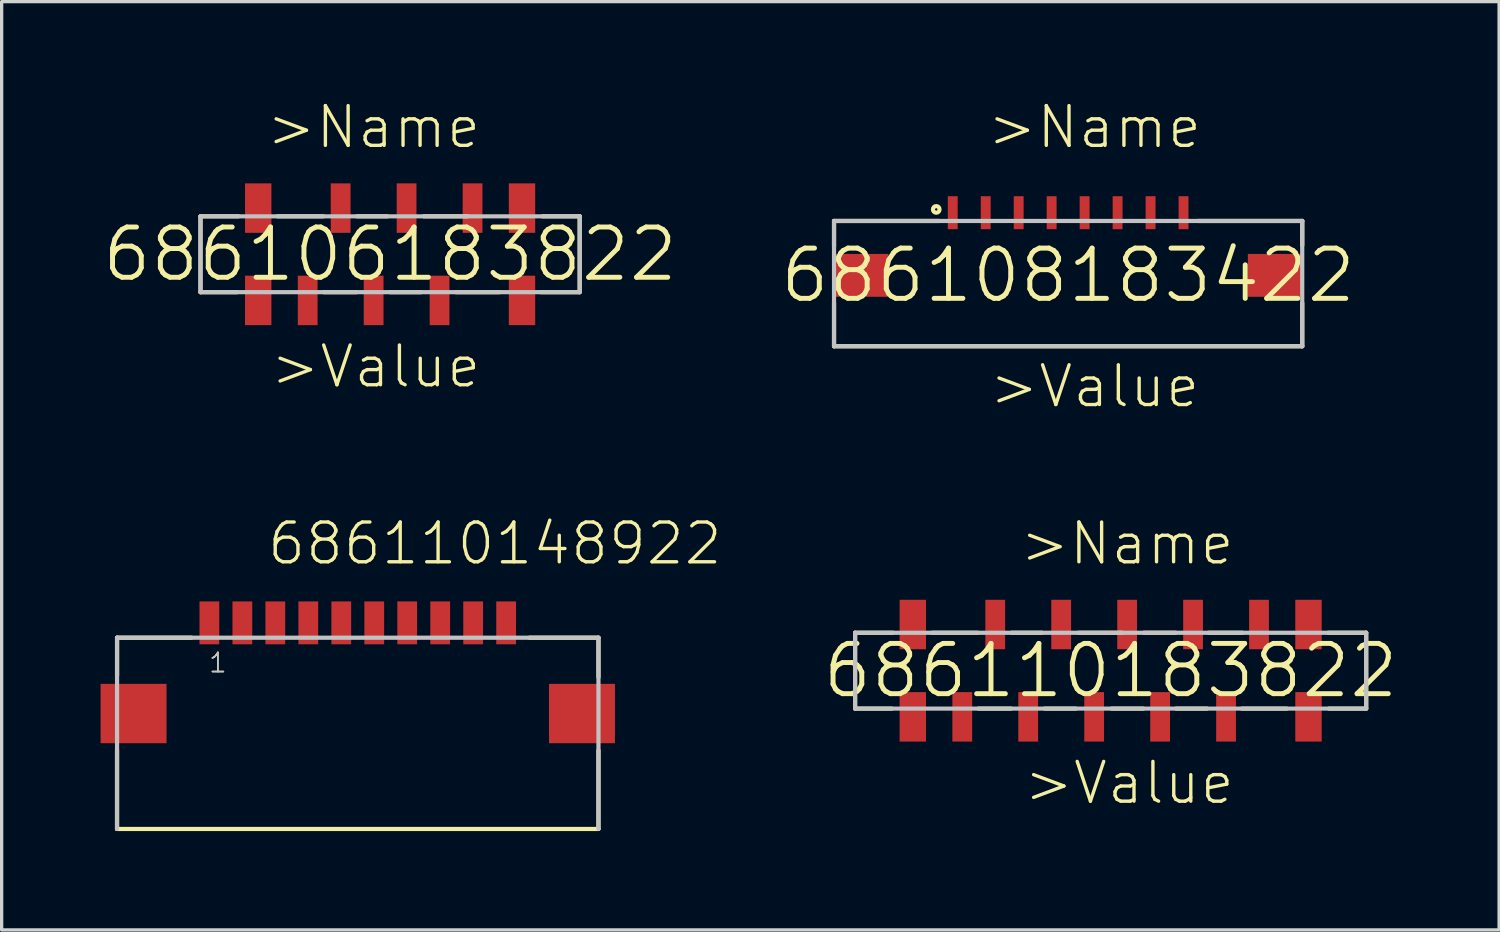
<source format=kicad_pcb>
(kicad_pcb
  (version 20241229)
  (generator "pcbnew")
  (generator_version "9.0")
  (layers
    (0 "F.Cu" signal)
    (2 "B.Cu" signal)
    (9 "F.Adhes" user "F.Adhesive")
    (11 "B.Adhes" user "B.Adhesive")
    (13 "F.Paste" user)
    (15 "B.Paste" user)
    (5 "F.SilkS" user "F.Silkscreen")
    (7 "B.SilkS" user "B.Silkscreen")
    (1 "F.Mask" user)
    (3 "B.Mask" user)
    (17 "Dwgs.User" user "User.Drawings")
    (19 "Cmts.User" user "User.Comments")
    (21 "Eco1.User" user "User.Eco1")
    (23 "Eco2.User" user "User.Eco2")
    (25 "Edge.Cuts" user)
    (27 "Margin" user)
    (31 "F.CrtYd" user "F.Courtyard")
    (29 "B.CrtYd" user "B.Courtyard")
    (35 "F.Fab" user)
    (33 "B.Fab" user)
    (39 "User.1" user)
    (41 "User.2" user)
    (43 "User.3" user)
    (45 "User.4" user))
  (footprint "686106183822"
    (layer "F.Cu")
    (at 8.781 4.661)
    (property "Reference" "686106183822" (at 0 0 0) (layer "F.SilkS") (effects (font (size 1.524 1.524) (thickness 0.15))))
    (attr through_hole)
    (fp_line (start -5.75 -1.15) (end -5.75 1.15) (stroke (width 0.127) (type solid)) (layer "F.SilkS"))
    (fp_line (start -5.75 1.15) (end -4.64 1.15) (stroke (width 0.127) (type solid)) (layer "F.SilkS"))
    (fp_line (start -4.6 -1.15) (end -5.75 -1.15) (stroke (width 0.127) (type solid)) (layer "F.SilkS"))
    (fp_line (start -3.41 -1.15) (end -2.03 -1.15) (stroke (width 0.127) (type solid)) (layer "F.SilkS"))
    (fp_line (start -2.01 1.15) (end -1.02 1.15) (stroke (width 0.127) (type solid)) (layer "F.SilkS"))
    (fp_line (start -1 -1.15) (end -0.08 -1.15) (stroke (width 0.127) (type solid)) (layer "F.SilkS"))
    (fp_line (start 0 1.15) (end 0.94 1.15) (stroke (width 0.127) (type solid)) (layer "F.SilkS"))
    (fp_line (start 1.02 -1.15) (end 2.35 -1.15) (stroke (width 0.127) (type solid)) (layer "F.SilkS"))
    (fp_line (start 1.99 1.15) (end 3.32 1.15) (stroke (width 0.127) (type solid)) (layer "F.SilkS"))
    (fp_line (start 4.57 1.15) (end 5.74 1.15) (stroke (width 0.127) (type solid)) (layer "F.SilkS"))
    (fp_line (start 4.62 -1.15) (end 5.75 -1.15) (stroke (width 0.127) (type solid)) (layer "F.SilkS"))
    (fp_line (start 5.75 -1.15) (end 5.75 1.15) (stroke (width 0.127) (type solid)) (layer "F.SilkS"))
    (fp_line (start -5.75 -1.15) (end 5.75 -1.15) (stroke (width 0.127) (type solid)) (layer "Dwgs.User"))
    (fp_line (start -5.75 1.15) (end -5.75 -1.15) (stroke (width 0.127) (type solid)) (layer "Dwgs.User"))
    (fp_line (start 5.75 -1.15) (end 5.75 1.15) (stroke (width 0.127) (type solid)) (layer "Dwgs.User"))
    (fp_line (start 5.75 1.15) (end -5.75 1.15) (stroke (width 0.127) (type solid)) (layer "Dwgs.User"))
    (fp_text user ">Name" (at -3.81 -3.15 0) (layer "F.SilkS") (effects (font (size 1.206 1.206) (thickness 0.102)) (justify left bottom)))
    (fp_text user ">Value" (at -3.69 4.11 0) (layer "F.SilkS") (effects (font (size 1.206 1.206) (thickness 0.102)) (justify left bottom)))
    (pad "1" smd rect (at -2.5 1.4 90) (size 1.5 0.6) (layers "F.Cu" "F.Mask" "F.Paste"))
    (pad "2" smd rect (at -1.5 -1.4 90) (size 1.5 0.6) (layers "F.Cu" "F.Mask" "F.Paste"))
    (pad "3" smd rect (at -0.5 1.4 90) (size 1.5 0.6) (layers "F.Cu" "F.Mask" "F.Paste"))
    (pad "4" smd rect (at 0.5 -1.4 90) (size 1.5 0.6) (layers "F.Cu" "F.Mask" "F.Paste"))
    (pad "5" smd rect (at 1.5 1.4 90) (size 1.5 0.6) (layers "F.Cu" "F.Mask" "F.Paste"))
    (pad "6" smd rect (at 2.5 -1.4 90) (size 1.5 0.6) (layers "F.Cu" "F.Mask" "F.Paste"))
    (pad "Z1" smd rect (at -4 1.4 90) (size 1.5 0.8) (layers "F.Cu" "F.Mask" "F.Paste"))
    (pad "Z2" smd rect (at 4 1.4 90) (size 1.5 0.8) (layers "F.Cu" "F.Mask" "F.Paste"))
    (pad "Z3" smd rect (at 4 -1.4 90) (size 1.5 0.8) (layers "F.Cu" "F.Mask" "F.Paste"))
    (pad "Z4" smd rect (at -4 -1.4 90) (size 1.5 0.8) (layers "F.Cu" "F.Mask" "F.Paste")))
  (footprint "686110148922"
    (layer "F.Cu")
    (at 7.8 18.59)
    (property "Reference" "686110148922" (at -2.8 -4.45 0) (layer "F.SilkS") (effects (font (size 1.206 1.206) (thickness 0.102)) (justify left bottom)))
    (attr through_hole)
    (fp_line (start -7.301 3.498) (end -7.301 1.101) (stroke (width 0.127) (type solid)) (layer "F.SilkS"))
    (fp_line (start -7.3 -2.3) (end -7.3 -1.16) (stroke (width 0.127) (type solid)) (layer "F.SilkS"))
    (fp_line (start -7.282 3.498) (end -7.301 3.498) (stroke (width 0.127) (type solid)) (layer "F.SilkS"))
    (fp_line (start -5.04 -2.3) (end -7.3 -2.3) (stroke (width 0.127) (type solid)) (layer "F.SilkS"))
    (fp_line (start 5.21 -2.3) (end 7.3 -2.3) (stroke (width 0.127) (type solid)) (layer "F.SilkS"))
    (fp_line (start 7.3 -2.3) (end 7.3 -1.11) (stroke (width 0.127) (type solid)) (layer "F.SilkS"))
    (fp_line (start 7.3 3.499) (end 7.3 1.115) (stroke (width 0.127) (type solid)) (layer "F.SilkS"))
    (fp_line (start 7.3 3.5) (end -7.3 3.5) (stroke (width 0.127) (type solid)) (layer "F.SilkS"))
    (fp_line (start -7.3 -2.3) (end 7.3 -2.3) (stroke (width 0.127) (type solid)) (layer "Dwgs.User"))
    (fp_line (start -7.3 3.5) (end -7.3 -2.3) (stroke (width 0.127) (type solid)) (layer "Dwgs.User"))
    (fp_line (start 7.3 -2.3) (end 7.3 3.5) (stroke (width 0.127) (type solid)) (layer "Dwgs.User"))
    (fp_text user "1" (at -4.55 -1.2 0) (layer "F.SilkS") (effects (font (size 0.579 0.579) (thickness 0.049)) (justify left bottom)))
    (fp_text user "1" (at -4.55 -1.2 0) (layer "Dwgs.User") (effects (font (size 0.579 0.579) (thickness 0.049)) (justify left bottom)))
    (pad "1" smd rect (at -4.5 -2.75) (size 0.6 1.3) (layers "F.Cu" "F.Mask" "F.Paste"))
    (pad "2" smd rect (at -3.5 -2.75) (size 0.6 1.3) (layers "F.Cu" "F.Mask" "F.Paste"))
    (pad "3" smd rect (at -2.5 -2.75) (size 0.6 1.3) (layers "F.Cu" "F.Mask" "F.Paste"))
    (pad "4" smd rect (at -1.5 -2.75) (size 0.6 1.3) (layers "F.Cu" "F.Mask" "F.Paste"))
    (pad "5" smd rect (at -0.5 -2.75) (size 0.6 1.3) (layers "F.Cu" "F.Mask" "F.Paste"))
    (pad "6" smd rect (at 0.5 -2.75) (size 0.6 1.3) (layers "F.Cu" "F.Mask" "F.Paste"))
    (pad "7" smd rect (at 1.5 -2.75) (size 0.6 1.3) (layers "F.Cu" "F.Mask" "F.Paste"))
    (pad "8" smd rect (at 2.5 -2.75) (size 0.6 1.3) (layers "F.Cu" "F.Mask" "F.Paste"))
    (pad "9" smd rect (at 3.5 -2.75) (size 0.6 1.3) (layers "F.Cu" "F.Mask" "F.Paste"))
    (pad "10" smd rect (at 4.5 -2.75) (size 0.6 1.3) (layers "F.Cu" "F.Mask" "F.Paste"))
    (pad "Z1" smd rect (at -6.8 0) (size 2 1.8) (layers "F.Cu" "F.Mask" "F.Paste"))
    (pad "Z2" smd rect (at 6.8 0) (size 2 1.8) (layers "F.Cu" "F.Mask" "F.Paste")))
  (footprint "686110183822"
    (layer "F.Cu")
    (at 30.633 17.29)
    (property "Reference" "686110183822" (at 0 0 0) (layer "F.SilkS") (effects (font (size 1.524 1.524) (thickness 0.15))))
    (attr through_hole)
    (fp_line (start -7.75 -1.15) (end -7.75 1.15) (stroke (width 0.127) (type solid)) (layer "F.SilkS"))
    (fp_line (start -7.75 1.15) (end -6.64 1.15) (stroke (width 0.127) (type solid)) (layer "F.SilkS"))
    (fp_line (start -6.6 -1.15) (end -7.75 -1.15) (stroke (width 0.127) (type solid)) (layer "F.SilkS"))
    (fp_line (start -5.41 -1.15) (end -4.03 -1.15) (stroke (width 0.127) (type solid)) (layer "F.SilkS"))
    (fp_line (start -4.01 1.15) (end -3.02 1.15) (stroke (width 0.127) (type solid)) (layer "F.SilkS"))
    (fp_line (start -3 -1.15) (end -2.08 -1.15) (stroke (width 0.127) (type solid)) (layer "F.SilkS"))
    (fp_line (start -2 1.15) (end -1.06 1.15) (stroke (width 0.127) (type solid)) (layer "F.SilkS"))
    (fp_line (start -0.98 -1.15) (end 0.35 -1.15) (stroke (width 0.127) (type solid)) (layer "F.SilkS"))
    (fp_line (start 0.03 1.15) (end 0.99 1.15) (stroke (width 0.127) (type solid)) (layer "F.SilkS"))
    (fp_line (start 1.01 -1.15) (end 1.97 -1.15) (stroke (width 0.127) (type solid)) (layer "F.SilkS"))
    (fp_line (start 1.99 1.15) (end 2.92 1.15) (stroke (width 0.127) (type solid)) (layer "F.SilkS"))
    (fp_line (start 2.97 -1.15) (end 4 -1.15) (stroke (width 0.127) (type solid)) (layer "F.SilkS"))
    (fp_line (start 3.98 1.15) (end 5.34 1.15) (stroke (width 0.127) (type solid)) (layer "F.SilkS"))
    (fp_line (start 6.6 -1.15) (end 7.75 -1.15) (stroke (width 0.127) (type solid)) (layer "F.SilkS"))
    (fp_line (start 6.62 1.15) (end 7.75 1.15) (stroke (width 0.127) (type solid)) (layer "F.SilkS"))
    (fp_line (start 7.75 -1.15) (end 7.75 1.15) (stroke (width 0.127) (type solid)) (layer "F.SilkS"))
    (fp_line (start -7.75 -1.15) (end 7.75 -1.15) (stroke (width 0.127) (type solid)) (layer "Dwgs.User"))
    (fp_line (start -7.75 1.15) (end -7.75 -1.15) (stroke (width 0.127) (type solid)) (layer "Dwgs.User"))
    (fp_line (start 7.75 -1.15) (end 7.75 1.15) (stroke (width 0.127) (type solid)) (layer "Dwgs.User"))
    (fp_line (start 7.75 1.15) (end -7.75 1.15) (stroke (width 0.127) (type solid)) (layer "Dwgs.User"))
    (fp_text user ">Name" (at -2.81 -3.15 0) (layer "F.SilkS") (effects (font (size 1.206 1.206) (thickness 0.102)) (justify left bottom)))
    (fp_text user ">Value" (at -2.69 4.11 0) (layer "F.SilkS") (effects (font (size 1.206 1.206) (thickness 0.102)) (justify left bottom)))
    (pad "1" smd rect (at -4.5 1.4 90) (size 1.5 0.6) (layers "F.Cu" "F.Mask" "F.Paste"))
    (pad "2" smd rect (at -3.5 -1.4 90) (size 1.5 0.6) (layers "F.Cu" "F.Mask" "F.Paste"))
    (pad "3" smd rect (at -2.5 1.4 90) (size 1.5 0.6) (layers "F.Cu" "F.Mask" "F.Paste"))
    (pad "4" smd rect (at -1.5 -1.4 90) (size 1.5 0.6) (layers "F.Cu" "F.Mask" "F.Paste"))
    (pad "5" smd rect (at -0.5 1.4 90) (size 1.5 0.6) (layers "F.Cu" "F.Mask" "F.Paste"))
    (pad "6" smd rect (at 0.5 -1.4 90) (size 1.5 0.6) (layers "F.Cu" "F.Mask" "F.Paste"))
    (pad "7" smd rect (at 1.5 1.4 90) (size 1.5 0.6) (layers "F.Cu" "F.Mask" "F.Paste"))
    (pad "8" smd rect (at 2.5 -1.4 90) (size 1.5 0.6) (layers "F.Cu" "F.Mask" "F.Paste"))
    (pad "9" smd rect (at 3.5 1.4 90) (size 1.5 0.6) (layers "F.Cu" "F.Mask" "F.Paste"))
    (pad "10" smd rect (at 4.5 -1.4 90) (size 1.5 0.6) (layers "F.Cu" "F.Mask" "F.Paste"))
    (pad "Z1" smd rect (at -6 1.4 90) (size 1.5 0.8) (layers "F.Cu" "F.Mask" "F.Paste"))
    (pad "Z2" smd rect (at 6 1.4 90) (size 1.5 0.8) (layers "F.Cu" "F.Mask" "F.Paste"))
    (pad "Z3" smd rect (at 6 -1.4 90) (size 1.5 0.8) (layers "F.Cu" "F.Mask" "F.Paste"))
    (pad "Z4" smd rect (at -6 -1.4 90) (size 1.5 0.8) (layers "F.Cu" "F.Mask" "F.Paste")))
  (footprint "686108183422"
    (layer "F.Cu")
    (at 29.344 5.301)
    (property "Reference" "686108183422" (at 0 0 0) (layer "F.SilkS") (effects (font (size 1.524 1.524) (thickness 0.15))))
    (attr through_hole)
    (fp_line (start -7.1 -1.65) (end -7.1 -0.87) (stroke (width 0.127) (type solid)) (layer "F.SilkS"))
    (fp_line (start -7.1 0.84) (end -7.1 2.15) (stroke (width 0.127) (type solid)) (layer "F.SilkS"))
    (fp_line (start -7.1 2.15) (end 7.1 2.15) (stroke (width 0.127) (type solid)) (layer "F.SilkS"))
    (fp_line (start -3.91 -1.65) (end -7.1 -1.65) (stroke (width 0.127) (type solid)) (layer "F.SilkS"))
    (fp_line (start 3.94 -1.65) (end 7.1 -1.65) (stroke (width 0.127) (type solid)) (layer "F.SilkS"))
    (fp_line (start 7.1 -1.65) (end 7.1 -0.91) (stroke (width 0.127) (type solid)) (layer "F.SilkS"))
    (fp_line (start 7.1 2.15) (end 7.1 0.84) (stroke (width 0.127) (type solid)) (layer "F.SilkS"))
    (fp_circle (center -4 -2) (end -3.9 -2) (stroke (width 0.127) (type solid)) (fill no) (layer "F.SilkS"))
    (fp_line (start -7.1 -1.65) (end 7.1 -1.65) (stroke (width 0.127) (type solid)) (layer "Dwgs.User"))
    (fp_line (start -7.1 2.15) (end -7.1 -1.65) (stroke (width 0.127) (type solid)) (layer "Dwgs.User"))
    (fp_line (start 7.1 -1.65) (end 7.1 2.15) (stroke (width 0.127) (type solid)) (layer "Dwgs.User"))
    (fp_line (start 7.1 2.15) (end -7.1 2.15) (stroke (width 0.127) (type solid)) (layer "Dwgs.User"))
    (fp_text user ">Name" (at -2.51 -3.79 0) (layer "F.SilkS") (effects (font (size 1.206 1.206) (thickness 0.102)) (justify left bottom)))
    (fp_text user ">Value" (at -2.45 4.07 0) (layer "F.SilkS") (effects (font (size 1.206 1.206) (thickness 0.102)) (justify left bottom)))
    (pad "1" smd rect (at -3.5 -1.9 90) (size 1 0.3) (layers "F.Cu" "F.Mask" "F.Paste"))
    (pad "2" smd rect (at -2.5 -1.9 90) (size 1 0.3) (layers "F.Cu" "F.Mask" "F.Paste"))
    (pad "3" smd rect (at -1.5 -1.9 90) (size 1 0.3) (layers "F.Cu" "F.Mask" "F.Paste"))
    (pad "4" smd rect (at -0.5 -1.9 90) (size 1 0.3) (layers "F.Cu" "F.Mask" "F.Paste"))
    (pad "5" smd rect (at 0.5 -1.9 90) (size 1 0.3) (layers "F.Cu" "F.Mask" "F.Paste"))
    (pad "6" smd rect (at 1.5 -1.9 90) (size 1 0.3) (layers "F.Cu" "F.Mask" "F.Paste"))
    (pad "7" smd rect (at 2.5 -1.9 90) (size 1 0.3) (layers "F.Cu" "F.Mask" "F.Paste"))
    (pad "8" smd rect (at 3.5 -1.9 90) (size 1 0.3) (layers "F.Cu" "F.Mask" "F.Paste"))
    (pad "Z1" smd rect (at -6.275 0) (size 1.65 1.3) (layers "F.Cu" "F.Mask" "F.Paste"))
    (pad "Z2" smd rect (at 6.275 0) (size 1.65 1.3) (layers "F.Cu" "F.Mask" "F.Paste")))
  (gr_rect
    (start -3 -3)
    (end 42.414 25.153)
    (stroke (width 0.1) (type default))
    (fill no)
    (layer "Edge.Cuts")))
</source>
